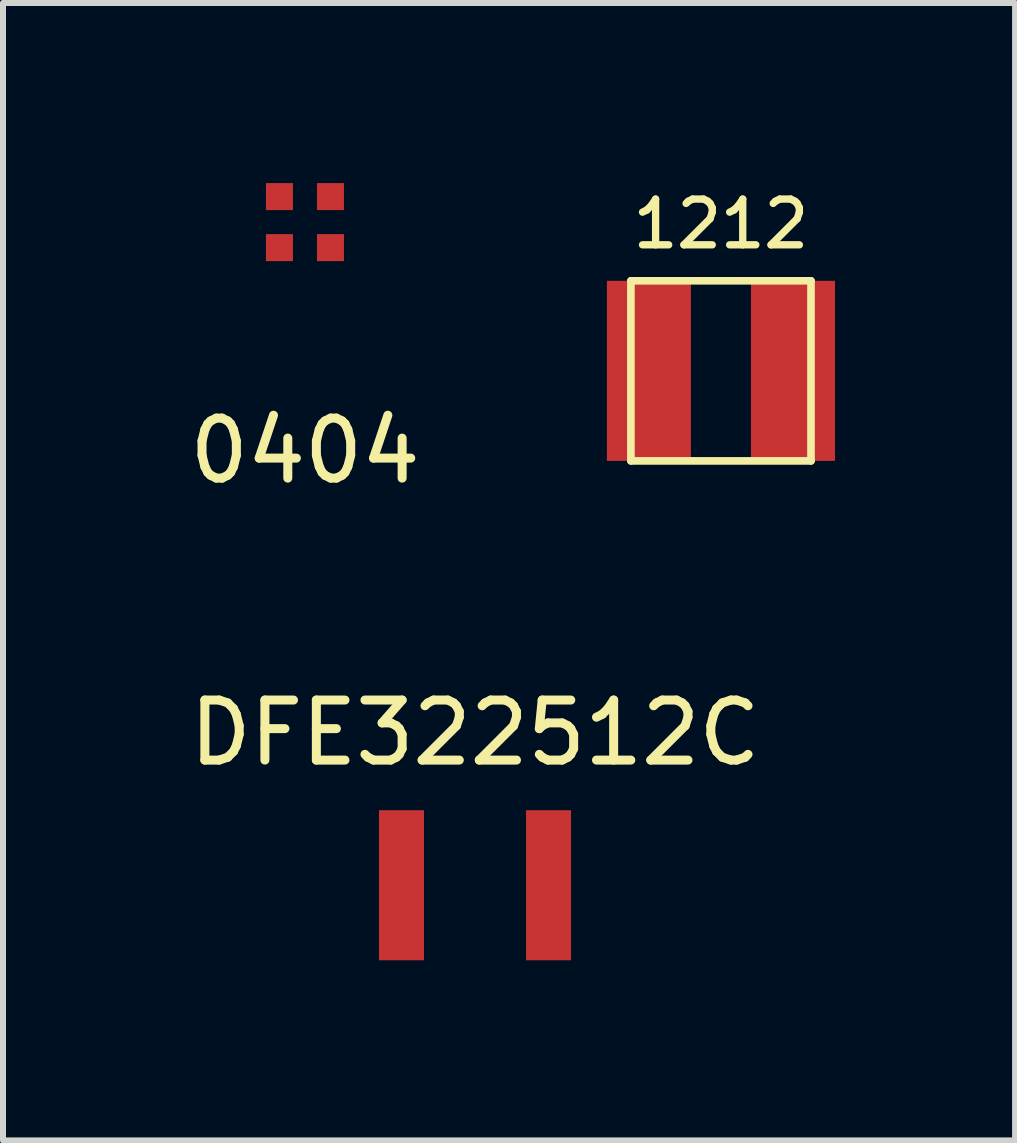
<source format=kicad_pcb>
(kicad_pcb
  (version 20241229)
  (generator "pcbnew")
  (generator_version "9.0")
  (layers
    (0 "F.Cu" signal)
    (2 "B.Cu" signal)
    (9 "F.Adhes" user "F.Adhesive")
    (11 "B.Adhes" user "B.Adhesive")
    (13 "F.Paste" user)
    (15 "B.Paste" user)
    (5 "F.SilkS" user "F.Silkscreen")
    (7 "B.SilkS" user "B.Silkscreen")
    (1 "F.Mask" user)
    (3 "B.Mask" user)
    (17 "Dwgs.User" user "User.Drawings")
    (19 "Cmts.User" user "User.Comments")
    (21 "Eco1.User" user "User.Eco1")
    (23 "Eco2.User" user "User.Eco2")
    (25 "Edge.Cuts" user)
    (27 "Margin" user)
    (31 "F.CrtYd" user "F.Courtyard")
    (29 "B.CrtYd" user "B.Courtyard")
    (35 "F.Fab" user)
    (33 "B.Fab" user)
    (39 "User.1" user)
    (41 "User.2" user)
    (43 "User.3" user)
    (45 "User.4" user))
  (footprint "0404"
    (layer "F.Cu")
    (at 2.03 0.65)
    (property "Reference" "0404" (at 0 3.81 0) (layer "F.SilkS") (effects (font (size 1 1) (thickness 0.15))))
    (attr through_hole)
    (pad "1" smd rect (at 0.425 -0.425) (size 0.45 0.45) (layers "F.Cu" "F.Mask" "F.Paste"))
    (pad "2" smd rect (at 0.425 0.425) (size 0.45 0.45) (layers "F.Cu" "F.Mask" "F.Paste"))
    (pad "3" smd rect (at -0.425 0.425) (size 0.45 0.45) (layers "F.Cu" "F.Mask" "F.Paste"))
    (pad "4" smd rect (at -0.425 -0.425) (size 0.45 0.45) (layers "F.Cu" "F.Mask" "F.Paste")))
  (footprint "1212"
    (layer "F.Cu")
    (at 8.96 3.128)
    (property "Reference" "1212" (at 0 -2 0) (layer "F.SilkS") (effects (font (size 0.762 0.762) (thickness 0.122)) (justify bottom)))
    (attr through_hole)
    (fp_line (start -1.5 -1.5) (end 1.5 -1.5) (stroke (width 0.127) (type solid)) (layer "F.SilkS"))
    (fp_line (start -1.5 1.5) (end -1.5 -1.5) (stroke (width 0.127) (type solid)) (layer "F.SilkS"))
    (fp_line (start 1.5 -1.5) (end 1.5 1.5) (stroke (width 0.127) (type solid)) (layer "F.SilkS"))
    (fp_line (start 1.5 1.5) (end -1.5 1.5) (stroke (width 0.127) (type solid)) (layer "F.SilkS"))
    (pad "1" smd rect (at -1.2 0 90) (size 3 1.4) (layers "F.Cu" "F.Mask" "F.Paste"))
    (pad "2" smd rect (at 1.2 0 90) (size 3 1.4) (layers "F.Cu" "F.Mask" "F.Paste")))
  (footprint "DFE322512C"
    (layer "F.Cu")
    (at 4.863 11.697)
    (property "Reference" "DFE322512C" (at 0 -2.54 0) (layer "F.SilkS") (effects (font (size 1 1) (thickness 0.15))))
    (attr through_hole)
    (pad "1" smd rect (at -1.225 0 90) (size 2.5 0.75) (layers "F.Cu" "F.Mask" "F.Paste"))
    (pad "2" smd rect (at 1.225 0 90) (size 2.5 0.75) (layers "F.Cu" "F.Mask" "F.Paste")))
  (gr_rect
    (start -3 -3)
    (end 13.86 15.947)
    (stroke (width 0.1) (type default))
    (fill no)
    (layer "Edge.Cuts")))
</source>
